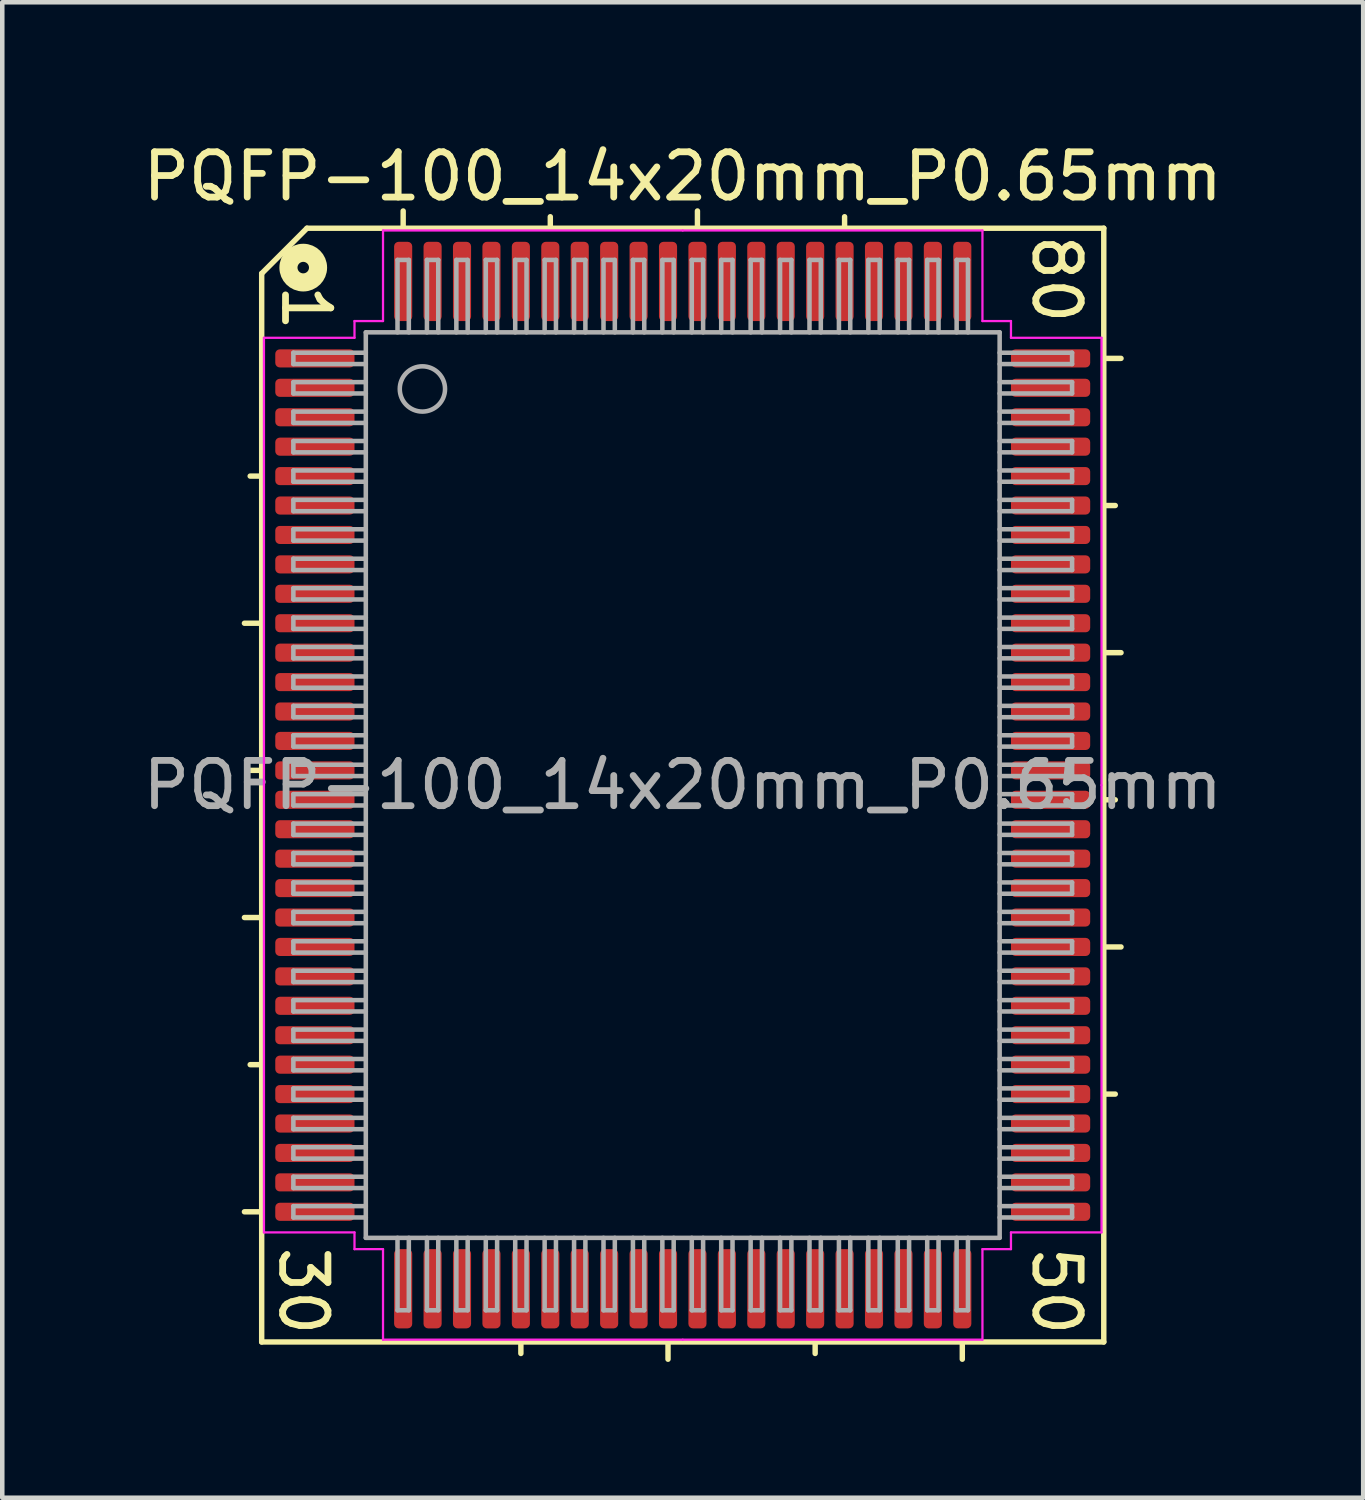
<source format=kicad_pcb>
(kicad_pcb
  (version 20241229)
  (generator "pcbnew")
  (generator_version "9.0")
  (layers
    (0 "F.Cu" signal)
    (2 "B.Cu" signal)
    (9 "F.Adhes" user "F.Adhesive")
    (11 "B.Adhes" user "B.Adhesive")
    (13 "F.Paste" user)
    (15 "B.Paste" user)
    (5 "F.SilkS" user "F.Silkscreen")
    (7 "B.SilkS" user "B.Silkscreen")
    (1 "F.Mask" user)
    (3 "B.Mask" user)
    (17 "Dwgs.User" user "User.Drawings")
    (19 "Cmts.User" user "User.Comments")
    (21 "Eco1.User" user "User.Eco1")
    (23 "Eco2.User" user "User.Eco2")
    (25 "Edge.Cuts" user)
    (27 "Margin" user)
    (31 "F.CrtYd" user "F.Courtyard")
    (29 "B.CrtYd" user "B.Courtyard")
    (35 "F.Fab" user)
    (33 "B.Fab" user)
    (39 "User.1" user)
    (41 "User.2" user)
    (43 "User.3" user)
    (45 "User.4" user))
  (footprint "PQFP-100_14x20mm_P0.65mm"
    (layer "F.Cu")
    (at 12.03 14.291)
    (property "Reference" "PQFP-100_14x20mm_P0.65mm" (at 0 -13.443 0) (layer "F.SilkS") (effects (font (size 1 1) (thickness 0.15))))
    (attr smd)
    (fp_line (start -9.3 -11.3) (end -9.3 12.3) (stroke (width 0.12) (type solid)) (layer "F.SilkS"))
    (fp_line (start -9.3 -11.3) (end -8.3 -12.3) (stroke (width 0.12) (type solid)) (layer "F.SilkS"))
    (fp_line (start -9.3 -6.825) (end -9.554 -6.825) (stroke (width 0.12) (type solid)) (layer "F.SilkS"))
    (fp_line (start -9.3 -3.575) (end -9.681 -3.575) (stroke (width 0.12) (type solid)) (layer "F.SilkS"))
    (fp_line (start -9.3 -0.325) (end -9.554 -0.325) (stroke (width 0.12) (type solid)) (layer "F.SilkS"))
    (fp_line (start -9.3 2.925) (end -9.681 2.925) (stroke (width 0.12) (type solid)) (layer "F.SilkS"))
    (fp_line (start -9.3 6.175) (end -9.554 6.175) (stroke (width 0.12) (type solid)) (layer "F.SilkS"))
    (fp_line (start -9.3 9.425) (end -9.681 9.425) (stroke (width 0.12) (type solid)) (layer "F.SilkS"))
    (fp_line (start -9.3 12.3) (end 9.3 12.3) (stroke (width 0.12) (type solid)) (layer "F.SilkS"))
    (fp_line (start -6.175 -12.3) (end -6.175 -12.681) (stroke (width 0.12) (type solid)) (layer "F.SilkS"))
    (fp_line (start -3.575 12.3) (end -3.575 12.554) (stroke (width 0.12) (type solid)) (layer "F.SilkS"))
    (fp_line (start -2.925 -12.3) (end -2.925 -12.554) (stroke (width 0.12) (type solid)) (layer "F.SilkS"))
    (fp_line (start -0.325 12.3) (end -0.325 12.681) (stroke (width 0.12) (type solid)) (layer "F.SilkS"))
    (fp_line (start 0.325 -12.3) (end 0.325 -12.681) (stroke (width 0.12) (type solid)) (layer "F.SilkS"))
    (fp_line (start 2.925 12.3) (end 2.925 12.554) (stroke (width 0.12) (type solid)) (layer "F.SilkS"))
    (fp_line (start 3.575 -12.3) (end 3.575 -12.554) (stroke (width 0.12) (type solid)) (layer "F.SilkS"))
    (fp_line (start 6.175 12.3) (end 6.175 12.681) (stroke (width 0.12) (type solid)) (layer "F.SilkS"))
    (fp_line (start 9.3 -12.3) (end -8.3 -12.3) (stroke (width 0.12) (type solid)) (layer "F.SilkS"))
    (fp_line (start 9.3 -9.425) (end 9.681 -9.425) (stroke (width 0.12) (type solid)) (layer "F.SilkS"))
    (fp_line (start 9.3 -6.175) (end 9.554 -6.175) (stroke (width 0.12) (type solid)) (layer "F.SilkS"))
    (fp_line (start 9.3 -2.925) (end 9.681 -2.925) (stroke (width 0.12) (type solid)) (layer "F.SilkS"))
    (fp_line (start 9.3 0.325) (end 9.554 0.325) (stroke (width 0.12) (type solid)) (layer "F.SilkS"))
    (fp_line (start 9.3 3.575) (end 9.681 3.575) (stroke (width 0.12) (type solid)) (layer "F.SilkS"))
    (fp_line (start 9.3 6.825) (end 9.554 6.825) (stroke (width 0.12) (type solid)) (layer "F.SilkS"))
    (fp_line (start 9.3 12.3) (end 9.3 -12.3) (stroke (width 0.12) (type solid)) (layer "F.SilkS"))
    (fp_circle (center -8.382 -11.43) (end -8.255 -11.43) (stroke (width 0.4) (type solid)) (fill no) (layer "F.SilkS"))
    (fp_line (start -9.25 -9.88) (end -9.25 0) (stroke (width 0.05) (type solid)) (layer "F.CrtYd"))
    (fp_line (start -9.25 9.88) (end -9.25 0) (stroke (width 0.05) (type solid)) (layer "F.CrtYd"))
    (fp_line (start -7.25 -10.25) (end -7.25 -9.88) (stroke (width 0.05) (type solid)) (layer "F.CrtYd"))
    (fp_line (start -7.25 -9.88) (end -9.25 -9.88) (stroke (width 0.05) (type solid)) (layer "F.CrtYd"))
    (fp_line (start -7.25 9.88) (end -9.25 9.88) (stroke (width 0.05) (type solid)) (layer "F.CrtYd"))
    (fp_line (start -7.25 10.25) (end -7.25 9.88) (stroke (width 0.05) (type solid)) (layer "F.CrtYd"))
    (fp_line (start -6.62 -12.25) (end -6.62 -10.25) (stroke (width 0.05) (type solid)) (layer "F.CrtYd"))
    (fp_line (start -6.62 -10.25) (end -7.25 -10.25) (stroke (width 0.05) (type solid)) (layer "F.CrtYd"))
    (fp_line (start -6.62 10.25) (end -7.25 10.25) (stroke (width 0.05) (type solid)) (layer "F.CrtYd"))
    (fp_line (start -6.62 12.25) (end -6.62 10.25) (stroke (width 0.05) (type solid)) (layer "F.CrtYd"))
    (fp_line (start 0 -12.25) (end -6.62 -12.25) (stroke (width 0.05) (type solid)) (layer "F.CrtYd"))
    (fp_line (start 0 -12.25) (end 6.62 -12.25) (stroke (width 0.05) (type solid)) (layer "F.CrtYd"))
    (fp_line (start 0 12.25) (end -6.62 12.25) (stroke (width 0.05) (type solid)) (layer "F.CrtYd"))
    (fp_line (start 0 12.25) (end 6.62 12.25) (stroke (width 0.05) (type solid)) (layer "F.CrtYd"))
    (fp_line (start 6.62 -12.25) (end 6.62 -10.25) (stroke (width 0.05) (type solid)) (layer "F.CrtYd"))
    (fp_line (start 6.62 -10.25) (end 7.25 -10.25) (stroke (width 0.05) (type solid)) (layer "F.CrtYd"))
    (fp_line (start 6.62 10.25) (end 7.25 10.25) (stroke (width 0.05) (type solid)) (layer "F.CrtYd"))
    (fp_line (start 6.62 12.25) (end 6.62 10.25) (stroke (width 0.05) (type solid)) (layer "F.CrtYd"))
    (fp_line (start 7.25 -10.25) (end 7.25 -9.88) (stroke (width 0.05) (type solid)) (layer "F.CrtYd"))
    (fp_line (start 7.25 -9.88) (end 9.25 -9.88) (stroke (width 0.05) (type solid)) (layer "F.CrtYd"))
    (fp_line (start 7.25 9.88) (end 9.25 9.88) (stroke (width 0.05) (type solid)) (layer "F.CrtYd"))
    (fp_line (start 7.25 10.25) (end 7.25 9.88) (stroke (width 0.05) (type solid)) (layer "F.CrtYd"))
    (fp_line (start 9.25 -9.88) (end 9.25 0) (stroke (width 0.05) (type solid)) (layer "F.CrtYd"))
    (fp_line (start 9.25 9.88) (end 9.25 0) (stroke (width 0.05) (type solid)) (layer "F.CrtYd"))
    (fp_line (start -8.6 -9.55) (end -8.6 -9.3) (stroke (width 0.1) (type solid)) (layer "F.Fab"))
    (fp_line (start -8.6 -9.55) (end -7 -9.55) (stroke (width 0.1) (type solid)) (layer "F.Fab"))
    (fp_line (start -8.6 -9.3) (end -7 -9.3) (stroke (width 0.1) (type solid)) (layer "F.Fab"))
    (fp_line (start -8.6 -8.9) (end -8.6 -8.65) (stroke (width 0.1) (type solid)) (layer "F.Fab"))
    (fp_line (start -8.6 -8.9) (end -7 -8.9) (stroke (width 0.1) (type solid)) (layer "F.Fab"))
    (fp_line (start -8.6 -8.65) (end -7 -8.65) (stroke (width 0.1) (type solid)) (layer "F.Fab"))
    (fp_line (start -8.6 -8.25) (end -8.6 -8) (stroke (width 0.1) (type solid)) (layer "F.Fab"))
    (fp_line (start -8.6 -8.25) (end -7 -8.25) (stroke (width 0.1) (type solid)) (layer "F.Fab"))
    (fp_line (start -8.6 -8) (end -7 -8) (stroke (width 0.1) (type solid)) (layer "F.Fab"))
    (fp_line (start -8.6 -7.6) (end -8.6 -7.35) (stroke (width 0.1) (type solid)) (layer "F.Fab"))
    (fp_line (start -8.6 -7.6) (end -7 -7.6) (stroke (width 0.1) (type solid)) (layer "F.Fab"))
    (fp_line (start -8.6 -7.35) (end -7 -7.35) (stroke (width 0.1) (type solid)) (layer "F.Fab"))
    (fp_line (start -8.6 -6.95) (end -8.6 -6.7) (stroke (width 0.1) (type solid)) (layer "F.Fab"))
    (fp_line (start -8.6 -6.95) (end -7 -6.95) (stroke (width 0.1) (type solid)) (layer "F.Fab"))
    (fp_line (start -8.6 -6.7) (end -7 -6.7) (stroke (width 0.1) (type solid)) (layer "F.Fab"))
    (fp_line (start -8.6 -6.3) (end -8.6 -6.05) (stroke (width 0.1) (type solid)) (layer "F.Fab"))
    (fp_line (start -8.6 -6.3) (end -7 -6.3) (stroke (width 0.1) (type solid)) (layer "F.Fab"))
    (fp_line (start -8.6 -6.05) (end -7 -6.05) (stroke (width 0.1) (type solid)) (layer "F.Fab"))
    (fp_line (start -8.6 -5.65) (end -8.6 -5.4) (stroke (width 0.1) (type solid)) (layer "F.Fab"))
    (fp_line (start -8.6 -5.65) (end -7 -5.65) (stroke (width 0.1) (type solid)) (layer "F.Fab"))
    (fp_line (start -8.6 -5.4) (end -7 -5.4) (stroke (width 0.1) (type solid)) (layer "F.Fab"))
    (fp_line (start -8.6 -5) (end -8.6 -4.75) (stroke (width 0.1) (type solid)) (layer "F.Fab"))
    (fp_line (start -8.6 -5) (end -7 -5) (stroke (width 0.1) (type solid)) (layer "F.Fab"))
    (fp_line (start -8.6 -4.75) (end -7 -4.75) (stroke (width 0.1) (type solid)) (layer "F.Fab"))
    (fp_line (start -8.6 -4.35) (end -8.6 -4.1) (stroke (width 0.1) (type solid)) (layer "F.Fab"))
    (fp_line (start -8.6 -4.35) (end -7 -4.35) (stroke (width 0.1) (type solid)) (layer "F.Fab"))
    (fp_line (start -8.6 -4.1) (end -7 -4.1) (stroke (width 0.1) (type solid)) (layer "F.Fab"))
    (fp_line (start -8.6 -3.7) (end -8.6 -3.45) (stroke (width 0.1) (type solid)) (layer "F.Fab"))
    (fp_line (start -8.6 -3.7) (end -7 -3.7) (stroke (width 0.1) (type solid)) (layer "F.Fab"))
    (fp_line (start -8.6 -3.45) (end -7 -3.45) (stroke (width 0.1) (type solid)) (layer "F.Fab"))
    (fp_line (start -8.6 -3.05) (end -8.6 -2.8) (stroke (width 0.1) (type solid)) (layer "F.Fab"))
    (fp_line (start -8.6 -3.05) (end -7 -3.05) (stroke (width 0.1) (type solid)) (layer "F.Fab"))
    (fp_line (start -8.6 -2.8) (end -7 -2.8) (stroke (width 0.1) (type solid)) (layer "F.Fab"))
    (fp_line (start -8.6 -2.4) (end -8.6 -2.15) (stroke (width 0.1) (type solid)) (layer "F.Fab"))
    (fp_line (start -8.6 -2.4) (end -7 -2.4) (stroke (width 0.1) (type solid)) (layer "F.Fab"))
    (fp_line (start -8.6 -2.15) (end -7 -2.15) (stroke (width 0.1) (type solid)) (layer "F.Fab"))
    (fp_line (start -8.6 -1.75) (end -8.6 -1.5) (stroke (width 0.1) (type solid)) (layer "F.Fab"))
    (fp_line (start -8.6 -1.75) (end -7 -1.75) (stroke (width 0.1) (type solid)) (layer "F.Fab"))
    (fp_line (start -8.6 -1.5) (end -7 -1.5) (stroke (width 0.1) (type solid)) (layer "F.Fab"))
    (fp_line (start -8.6 -1.1) (end -8.6 -0.85) (stroke (width 0.1) (type solid)) (layer "F.Fab"))
    (fp_line (start -8.6 -1.1) (end -7 -1.1) (stroke (width 0.1) (type solid)) (layer "F.Fab"))
    (fp_line (start -8.6 -0.85) (end -7 -0.85) (stroke (width 0.1) (type solid)) (layer "F.Fab"))
    (fp_line (start -8.6 -0.45) (end -8.6 -0.2) (stroke (width 0.1) (type solid)) (layer "F.Fab"))
    (fp_line (start -8.6 -0.45) (end -7 -0.45) (stroke (width 0.1) (type solid)) (layer "F.Fab"))
    (fp_line (start -8.6 -0.2) (end -7 -0.2) (stroke (width 0.1) (type solid)) (layer "F.Fab"))
    (fp_line (start -8.6 0.2) (end -8.6 0.45) (stroke (width 0.1) (type solid)) (layer "F.Fab"))
    (fp_line (start -8.6 0.2) (end -7 0.2) (stroke (width 0.1) (type solid)) (layer "F.Fab"))
    (fp_line (start -8.6 0.45) (end -7 0.45) (stroke (width 0.1) (type solid)) (layer "F.Fab"))
    (fp_line (start -8.6 0.85) (end -8.6 1.1) (stroke (width 0.1) (type solid)) (layer "F.Fab"))
    (fp_line (start -8.6 0.85) (end -7 0.85) (stroke (width 0.1) (type solid)) (layer "F.Fab"))
    (fp_line (start -8.6 1.1) (end -7 1.1) (stroke (width 0.1) (type solid)) (layer "F.Fab"))
    (fp_line (start -8.6 1.5) (end -8.6 1.75) (stroke (width 0.1) (type solid)) (layer "F.Fab"))
    (fp_line (start -8.6 1.5) (end -7 1.5) (stroke (width 0.1) (type solid)) (layer "F.Fab"))
    (fp_line (start -8.6 1.75) (end -7 1.75) (stroke (width 0.1) (type solid)) (layer "F.Fab"))
    (fp_line (start -8.6 2.15) (end -8.6 2.4) (stroke (width 0.1) (type solid)) (layer "F.Fab"))
    (fp_line (start -8.6 2.15) (end -7 2.15) (stroke (width 0.1) (type solid)) (layer "F.Fab"))
    (fp_line (start -8.6 2.4) (end -7 2.4) (stroke (width 0.1) (type solid)) (layer "F.Fab"))
    (fp_line (start -8.6 2.8) (end -8.6 3.05) (stroke (width 0.1) (type solid)) (layer "F.Fab"))
    (fp_line (start -8.6 2.8) (end -7 2.8) (stroke (width 0.1) (type solid)) (layer "F.Fab"))
    (fp_line (start -8.6 3.05) (end -7 3.05) (stroke (width 0.1) (type solid)) (layer "F.Fab"))
    (fp_line (start -8.6 3.45) (end -8.6 3.7) (stroke (width 0.1) (type solid)) (layer "F.Fab"))
    (fp_line (start -8.6 3.45) (end -7 3.45) (stroke (width 0.1) (type solid)) (layer "F.Fab"))
    (fp_line (start -8.6 3.7) (end -7 3.7) (stroke (width 0.1) (type solid)) (layer "F.Fab"))
    (fp_line (start -8.6 4.1) (end -8.6 4.35) (stroke (width 0.1) (type solid)) (layer "F.Fab"))
    (fp_line (start -8.6 4.1) (end -7 4.1) (stroke (width 0.1) (type solid)) (layer "F.Fab"))
    (fp_line (start -8.6 4.35) (end -7 4.35) (stroke (width 0.1) (type solid)) (layer "F.Fab"))
    (fp_line (start -8.6 4.75) (end -8.6 5) (stroke (width 0.1) (type solid)) (layer "F.Fab"))
    (fp_line (start -8.6 4.75) (end -7 4.75) (stroke (width 0.1) (type solid)) (layer "F.Fab"))
    (fp_line (start -8.6 5) (end -7 5) (stroke (width 0.1) (type solid)) (layer "F.Fab"))
    (fp_line (start -8.6 5.4) (end -8.6 5.65) (stroke (width 0.1) (type solid)) (layer "F.Fab"))
    (fp_line (start -8.6 5.4) (end -7 5.4) (stroke (width 0.1) (type solid)) (layer "F.Fab"))
    (fp_line (start -8.6 5.65) (end -7 5.65) (stroke (width 0.1) (type solid)) (layer "F.Fab"))
    (fp_line (start -8.6 6.05) (end -8.6 6.3) (stroke (width 0.1) (type solid)) (layer "F.Fab"))
    (fp_line (start -8.6 6.05) (end -7 6.05) (stroke (width 0.1) (type solid)) (layer "F.Fab"))
    (fp_line (start -8.6 6.3) (end -7 6.3) (stroke (width 0.1) (type solid)) (layer "F.Fab"))
    (fp_line (start -8.6 6.7) (end -8.6 6.95) (stroke (width 0.1) (type solid)) (layer "F.Fab"))
    (fp_line (start -8.6 6.7) (end -7 6.7) (stroke (width 0.1) (type solid)) (layer "F.Fab"))
    (fp_line (start -8.6 6.95) (end -7 6.95) (stroke (width 0.1) (type solid)) (layer "F.Fab"))
    (fp_line (start -8.6 7.35) (end -8.6 7.6) (stroke (width 0.1) (type solid)) (layer "F.Fab"))
    (fp_line (start -8.6 7.35) (end -7 7.35) (stroke (width 0.1) (type solid)) (layer "F.Fab"))
    (fp_line (start -8.6 7.6) (end -7 7.6) (stroke (width 0.1) (type solid)) (layer "F.Fab"))
    (fp_line (start -8.6 8) (end -8.6 8.25) (stroke (width 0.1) (type solid)) (layer "F.Fab"))
    (fp_line (start -8.6 8) (end -7 8) (stroke (width 0.1) (type solid)) (layer "F.Fab"))
    (fp_line (start -8.6 8.25) (end -7 8.25) (stroke (width 0.1) (type solid)) (layer "F.Fab"))
    (fp_line (start -8.6 8.65) (end -8.6 8.9) (stroke (width 0.1) (type solid)) (layer "F.Fab"))
    (fp_line (start -8.6 8.65) (end -7 8.65) (stroke (width 0.1) (type solid)) (layer "F.Fab"))
    (fp_line (start -8.6 8.9) (end -7 8.9) (stroke (width 0.1) (type solid)) (layer "F.Fab"))
    (fp_line (start -8.6 9.3) (end -8.6 9.55) (stroke (width 0.1) (type solid)) (layer "F.Fab"))
    (fp_line (start -8.6 9.3) (end -7 9.3) (stroke (width 0.1) (type solid)) (layer "F.Fab"))
    (fp_line (start -8.6 9.55) (end -7 9.55) (stroke (width 0.1) (type solid)) (layer "F.Fab"))
    (fp_line (start -7 -10) (end 7 -10) (stroke (width 0.1) (type solid)) (layer "F.Fab"))
    (fp_line (start -7 10) (end -7 -10) (stroke (width 0.1) (type solid)) (layer "F.Fab"))
    (fp_line (start -6.3 -11.6) (end -6.3 -10) (stroke (width 0.1) (type solid)) (layer "F.Fab"))
    (fp_line (start -6.3 11.6) (end -6.3 10) (stroke (width 0.1) (type solid)) (layer "F.Fab"))
    (fp_line (start -6.3 11.6) (end -6.05 11.6) (stroke (width 0.1) (type solid)) (layer "F.Fab"))
    (fp_line (start -6.05 -11.6) (end -6.3 -11.6) (stroke (width 0.1) (type solid)) (layer "F.Fab"))
    (fp_line (start -6.05 -11.6) (end -6.05 -10) (stroke (width 0.1) (type solid)) (layer "F.Fab"))
    (fp_line (start -6.05 11.6) (end -6.05 10) (stroke (width 0.1) (type solid)) (layer "F.Fab"))
    (fp_line (start -5.65 -11.6) (end -5.65 -10) (stroke (width 0.1) (type solid)) (layer "F.Fab"))
    (fp_line (start -5.65 11.6) (end -5.65 10) (stroke (width 0.1) (type solid)) (layer "F.Fab"))
    (fp_line (start -5.65 11.6) (end -5.4 11.6) (stroke (width 0.1) (type solid)) (layer "F.Fab"))
    (fp_line (start -5.4 -11.6) (end -5.65 -11.6) (stroke (width 0.1) (type solid)) (layer "F.Fab"))
    (fp_line (start -5.4 -11.6) (end -5.4 -10) (stroke (width 0.1) (type solid)) (layer "F.Fab"))
    (fp_line (start -5.4 11.6) (end -5.4 10) (stroke (width 0.1) (type solid)) (layer "F.Fab"))
    (fp_line (start -5 -11.6) (end -5 -10) (stroke (width 0.1) (type solid)) (layer "F.Fab"))
    (fp_line (start -5 11.6) (end -5 10) (stroke (width 0.1) (type solid)) (layer "F.Fab"))
    (fp_line (start -5 11.6) (end -4.75 11.6) (stroke (width 0.1) (type solid)) (layer "F.Fab"))
    (fp_line (start -4.75 -11.6) (end -5 -11.6) (stroke (width 0.1) (type solid)) (layer "F.Fab"))
    (fp_line (start -4.75 -11.6) (end -4.75 -10) (stroke (width 0.1) (type solid)) (layer "F.Fab"))
    (fp_line (start -4.75 11.6) (end -4.75 10) (stroke (width 0.1) (type solid)) (layer "F.Fab"))
    (fp_line (start -4.35 -11.6) (end -4.35 -10) (stroke (width 0.1) (type solid)) (layer "F.Fab"))
    (fp_line (start -4.35 11.6) (end -4.35 10) (stroke (width 0.1) (type solid)) (layer "F.Fab"))
    (fp_line (start -4.35 11.6) (end -4.1 11.6) (stroke (width 0.1) (type solid)) (layer "F.Fab"))
    (fp_line (start -4.1 -11.6) (end -4.35 -11.6) (stroke (width 0.1) (type solid)) (layer "F.Fab"))
    (fp_line (start -4.1 -11.6) (end -4.1 -10) (stroke (width 0.1) (type solid)) (layer "F.Fab"))
    (fp_line (start -4.1 11.6) (end -4.1 10) (stroke (width 0.1) (type solid)) (layer "F.Fab"))
    (fp_line (start -3.7 -11.6) (end -3.7 -10) (stroke (width 0.1) (type solid)) (layer "F.Fab"))
    (fp_line (start -3.7 11.6) (end -3.7 10) (stroke (width 0.1) (type solid)) (layer "F.Fab"))
    (fp_line (start -3.7 11.6) (end -3.45 11.6) (stroke (width 0.1) (type solid)) (layer "F.Fab"))
    (fp_line (start -3.45 -11.6) (end -3.7 -11.6) (stroke (width 0.1) (type solid)) (layer "F.Fab"))
    (fp_line (start -3.45 -11.6) (end -3.45 -10) (stroke (width 0.1) (type solid)) (layer "F.Fab"))
    (fp_line (start -3.45 11.6) (end -3.45 10) (stroke (width 0.1) (type solid)) (layer "F.Fab"))
    (fp_line (start -3.05 -11.6) (end -3.05 -10) (stroke (width 0.1) (type solid)) (layer "F.Fab"))
    (fp_line (start -3.05 11.6) (end -3.05 10) (stroke (width 0.1) (type solid)) (layer "F.Fab"))
    (fp_line (start -3.05 11.6) (end -2.8 11.6) (stroke (width 0.1) (type solid)) (layer "F.Fab"))
    (fp_line (start -2.8 -11.6) (end -3.05 -11.6) (stroke (width 0.1) (type solid)) (layer "F.Fab"))
    (fp_line (start -2.8 -11.6) (end -2.8 -10) (stroke (width 0.1) (type solid)) (layer "F.Fab"))
    (fp_line (start -2.8 11.6) (end -2.8 10) (stroke (width 0.1) (type solid)) (layer "F.Fab"))
    (fp_line (start -2.4 -11.6) (end -2.4 -10) (stroke (width 0.1) (type solid)) (layer "F.Fab"))
    (fp_line (start -2.4 11.6) (end -2.4 10) (stroke (width 0.1) (type solid)) (layer "F.Fab"))
    (fp_line (start -2.4 11.6) (end -2.15 11.6) (stroke (width 0.1) (type solid)) (layer "F.Fab"))
    (fp_line (start -2.15 -11.6) (end -2.4 -11.6) (stroke (width 0.1) (type solid)) (layer "F.Fab"))
    (fp_line (start -2.15 -11.6) (end -2.15 -10) (stroke (width 0.1) (type solid)) (layer "F.Fab"))
    (fp_line (start -2.15 11.6) (end -2.15 10) (stroke (width 0.1) (type solid)) (layer "F.Fab"))
    (fp_line (start -1.75 -11.6) (end -1.75 -10) (stroke (width 0.1) (type solid)) (layer "F.Fab"))
    (fp_line (start -1.75 11.6) (end -1.75 10) (stroke (width 0.1) (type solid)) (layer "F.Fab"))
    (fp_line (start -1.75 11.6) (end -1.5 11.6) (stroke (width 0.1) (type solid)) (layer "F.Fab"))
    (fp_line (start -1.5 -11.6) (end -1.75 -11.6) (stroke (width 0.1) (type solid)) (layer "F.Fab"))
    (fp_line (start -1.5 -11.6) (end -1.5 -10) (stroke (width 0.1) (type solid)) (layer "F.Fab"))
    (fp_line (start -1.5 11.6) (end -1.5 10) (stroke (width 0.1) (type solid)) (layer "F.Fab"))
    (fp_line (start -1.1 -11.6) (end -1.1 -10) (stroke (width 0.1) (type solid)) (layer "F.Fab"))
    (fp_line (start -1.1 11.6) (end -1.1 10) (stroke (width 0.1) (type solid)) (layer "F.Fab"))
    (fp_line (start -1.1 11.6) (end -0.85 11.6) (stroke (width 0.1) (type solid)) (layer "F.Fab"))
    (fp_line (start -0.85 -11.6) (end -1.1 -11.6) (stroke (width 0.1) (type solid)) (layer "F.Fab"))
    (fp_line (start -0.85 -11.6) (end -0.85 -10) (stroke (width 0.1) (type solid)) (layer "F.Fab"))
    (fp_line (start -0.85 11.6) (end -0.85 10) (stroke (width 0.1) (type solid)) (layer "F.Fab"))
    (fp_line (start -0.45 -11.6) (end -0.45 -10) (stroke (width 0.1) (type solid)) (layer "F.Fab"))
    (fp_line (start -0.45 11.6) (end -0.45 10) (stroke (width 0.1) (type solid)) (layer "F.Fab"))
    (fp_line (start -0.45 11.6) (end -0.2 11.6) (stroke (width 0.1) (type solid)) (layer "F.Fab"))
    (fp_line (start -0.2 -11.6) (end -0.45 -11.6) (stroke (width 0.1) (type solid)) (layer "F.Fab"))
    (fp_line (start -0.2 -11.6) (end -0.2 -10) (stroke (width 0.1) (type solid)) (layer "F.Fab"))
    (fp_line (start -0.2 11.6) (end -0.2 10) (stroke (width 0.1) (type solid)) (layer "F.Fab"))
    (fp_line (start 0.2 -11.6) (end 0.2 -10) (stroke (width 0.1) (type solid)) (layer "F.Fab"))
    (fp_line (start 0.2 11.6) (end 0.2 10) (stroke (width 0.1) (type solid)) (layer "F.Fab"))
    (fp_line (start 0.2 11.6) (end 0.45 11.6) (stroke (width 0.1) (type solid)) (layer "F.Fab"))
    (fp_line (start 0.45 -11.6) (end 0.2 -11.6) (stroke (width 0.1) (type solid)) (layer "F.Fab"))
    (fp_line (start 0.45 -11.6) (end 0.45 -10) (stroke (width 0.1) (type solid)) (layer "F.Fab"))
    (fp_line (start 0.45 11.6) (end 0.45 10) (stroke (width 0.1) (type solid)) (layer "F.Fab"))
    (fp_line (start 0.85 -11.6) (end 0.85 -10) (stroke (width 0.1) (type solid)) (layer "F.Fab"))
    (fp_line (start 0.85 11.6) (end 0.85 10) (stroke (width 0.1) (type solid)) (layer "F.Fab"))
    (fp_line (start 0.85 11.6) (end 1.1 11.6) (stroke (width 0.1) (type solid)) (layer "F.Fab"))
    (fp_line (start 1.1 -11.6) (end 0.85 -11.6) (stroke (width 0.1) (type solid)) (layer "F.Fab"))
    (fp_line (start 1.1 -11.6) (end 1.1 -10) (stroke (width 0.1) (type solid)) (layer "F.Fab"))
    (fp_line (start 1.1 11.6) (end 1.1 10) (stroke (width 0.1) (type solid)) (layer "F.Fab"))
    (fp_line (start 1.5 -11.6) (end 1.5 -10) (stroke (width 0.1) (type solid)) (layer "F.Fab"))
    (fp_line (start 1.5 11.6) (end 1.5 10) (stroke (width 0.1) (type solid)) (layer "F.Fab"))
    (fp_line (start 1.5 11.6) (end 1.75 11.6) (stroke (width 0.1) (type solid)) (layer "F.Fab"))
    (fp_line (start 1.75 -11.6) (end 1.5 -11.6) (stroke (width 0.1) (type solid)) (layer "F.Fab"))
    (fp_line (start 1.75 -11.6) (end 1.75 -10) (stroke (width 0.1) (type solid)) (layer "F.Fab"))
    (fp_line (start 1.75 11.6) (end 1.75 10) (stroke (width 0.1) (type solid)) (layer "F.Fab"))
    (fp_line (start 2.15 -11.6) (end 2.15 -10) (stroke (width 0.1) (type solid)) (layer "F.Fab"))
    (fp_line (start 2.15 11.6) (end 2.15 10) (stroke (width 0.1) (type solid)) (layer "F.Fab"))
    (fp_line (start 2.15 11.6) (end 2.4 11.6) (stroke (width 0.1) (type solid)) (layer "F.Fab"))
    (fp_line (start 2.4 -11.6) (end 2.15 -11.6) (stroke (width 0.1) (type solid)) (layer "F.Fab"))
    (fp_line (start 2.4 -11.6) (end 2.4 -10) (stroke (width 0.1) (type solid)) (layer "F.Fab"))
    (fp_line (start 2.4 11.6) (end 2.4 10) (stroke (width 0.1) (type solid)) (layer "F.Fab"))
    (fp_line (start 2.8 -11.6) (end 2.8 -10) (stroke (width 0.1) (type solid)) (layer "F.Fab"))
    (fp_line (start 2.8 11.6) (end 2.8 10) (stroke (width 0.1) (type solid)) (layer "F.Fab"))
    (fp_line (start 2.8 11.6) (end 3.05 11.6) (stroke (width 0.1) (type solid)) (layer "F.Fab"))
    (fp_line (start 3.05 -11.6) (end 2.8 -11.6) (stroke (width 0.1) (type solid)) (layer "F.Fab"))
    (fp_line (start 3.05 -11.6) (end 3.05 -10) (stroke (width 0.1) (type solid)) (layer "F.Fab"))
    (fp_line (start 3.05 11.6) (end 3.05 10) (stroke (width 0.1) (type solid)) (layer "F.Fab"))
    (fp_line (start 3.45 -11.6) (end 3.45 -10) (stroke (width 0.1) (type solid)) (layer "F.Fab"))
    (fp_line (start 3.45 11.6) (end 3.45 10) (stroke (width 0.1) (type solid)) (layer "F.Fab"))
    (fp_line (start 3.45 11.6) (end 3.7 11.6) (stroke (width 0.1) (type solid)) (layer "F.Fab"))
    (fp_line (start 3.7 -11.6) (end 3.45 -11.6) (stroke (width 0.1) (type solid)) (layer "F.Fab"))
    (fp_line (start 3.7 -11.6) (end 3.7 -10) (stroke (width 0.1) (type solid)) (layer "F.Fab"))
    (fp_line (start 3.7 11.6) (end 3.7 10) (stroke (width 0.1) (type solid)) (layer "F.Fab"))
    (fp_line (start 4.1 -11.6) (end 4.1 -10) (stroke (width 0.1) (type solid)) (layer "F.Fab"))
    (fp_line (start 4.1 11.6) (end 4.1 10) (stroke (width 0.1) (type solid)) (layer "F.Fab"))
    (fp_line (start 4.1 11.6) (end 4.35 11.6) (stroke (width 0.1) (type solid)) (layer "F.Fab"))
    (fp_line (start 4.35 -11.6) (end 4.1 -11.6) (stroke (width 0.1) (type solid)) (layer "F.Fab"))
    (fp_line (start 4.35 -11.6) (end 4.35 -10) (stroke (width 0.1) (type solid)) (layer "F.Fab"))
    (fp_line (start 4.35 11.6) (end 4.35 10) (stroke (width 0.1) (type solid)) (layer "F.Fab"))
    (fp_line (start 4.75 -11.6) (end 4.75 -10) (stroke (width 0.1) (type solid)) (layer "F.Fab"))
    (fp_line (start 4.75 11.6) (end 4.75 10) (stroke (width 0.1) (type solid)) (layer "F.Fab"))
    (fp_line (start 4.75 11.6) (end 5 11.6) (stroke (width 0.1) (type solid)) (layer "F.Fab"))
    (fp_line (start 5 -11.6) (end 4.75 -11.6) (stroke (width 0.1) (type solid)) (layer "F.Fab"))
    (fp_line (start 5 -11.6) (end 5 -10) (stroke (width 0.1) (type solid)) (layer "F.Fab"))
    (fp_line (start 5 11.6) (end 5 10) (stroke (width 0.1) (type solid)) (layer "F.Fab"))
    (fp_line (start 5.4 -11.6) (end 5.4 -10) (stroke (width 0.1) (type solid)) (layer "F.Fab"))
    (fp_line (start 5.4 11.6) (end 5.4 10) (stroke (width 0.1) (type solid)) (layer "F.Fab"))
    (fp_line (start 5.4 11.6) (end 5.65 11.6) (stroke (width 0.1) (type solid)) (layer "F.Fab"))
    (fp_line (start 5.65 -11.6) (end 5.4 -11.6) (stroke (width 0.1) (type solid)) (layer "F.Fab"))
    (fp_line (start 5.65 -11.6) (end 5.65 -10) (stroke (width 0.1) (type solid)) (layer "F.Fab"))
    (fp_line (start 5.65 11.6) (end 5.65 10) (stroke (width 0.1) (type solid)) (layer "F.Fab"))
    (fp_line (start 6.05 -11.6) (end 6.05 -10) (stroke (width 0.1) (type solid)) (layer "F.Fab"))
    (fp_line (start 6.05 11.6) (end 6.05 10) (stroke (width 0.1) (type solid)) (layer "F.Fab"))
    (fp_line (start 6.05 11.6) (end 6.3 11.6) (stroke (width 0.1) (type solid)) (layer "F.Fab"))
    (fp_line (start 6.3 -11.6) (end 6.05 -11.6) (stroke (width 0.1) (type solid)) (layer "F.Fab"))
    (fp_line (start 6.3 -11.6) (end 6.3 -10) (stroke (width 0.1) (type solid)) (layer "F.Fab"))
    (fp_line (start 6.3 11.6) (end 6.3 10) (stroke (width 0.1) (type solid)) (layer "F.Fab"))
    (fp_line (start 7 -10) (end 7 10) (stroke (width 0.1) (type solid)) (layer "F.Fab"))
    (fp_line (start 7 10) (end -7 10) (stroke (width 0.1) (type solid)) (layer "F.Fab"))
    (fp_line (start 8.6 -9.55) (end 7 -9.55) (stroke (width 0.1) (type solid)) (layer "F.Fab"))
    (fp_line (start 8.6 -9.3) (end 7 -9.3) (stroke (width 0.1) (type solid)) (layer "F.Fab"))
    (fp_line (start 8.6 -9.3) (end 8.6 -9.55) (stroke (width 0.1) (type solid)) (layer "F.Fab"))
    (fp_line (start 8.6 -8.9) (end 7 -8.9) (stroke (width 0.1) (type solid)) (layer "F.Fab"))
    (fp_line (start 8.6 -8.65) (end 7 -8.65) (stroke (width 0.1) (type solid)) (layer "F.Fab"))
    (fp_line (start 8.6 -8.65) (end 8.6 -8.9) (stroke (width 0.1) (type solid)) (layer "F.Fab"))
    (fp_line (start 8.6 -8.25) (end 7 -8.25) (stroke (width 0.1) (type solid)) (layer "F.Fab"))
    (fp_line (start 8.6 -8) (end 7 -8) (stroke (width 0.1) (type solid)) (layer "F.Fab"))
    (fp_line (start 8.6 -8) (end 8.6 -8.25) (stroke (width 0.1) (type solid)) (layer "F.Fab"))
    (fp_line (start 8.6 -7.6) (end 7 -7.6) (stroke (width 0.1) (type solid)) (layer "F.Fab"))
    (fp_line (start 8.6 -7.35) (end 7 -7.35) (stroke (width 0.1) (type solid)) (layer "F.Fab"))
    (fp_line (start 8.6 -7.35) (end 8.6 -7.6) (stroke (width 0.1) (type solid)) (layer "F.Fab"))
    (fp_line (start 8.6 -6.95) (end 7 -6.95) (stroke (width 0.1) (type solid)) (layer "F.Fab"))
    (fp_line (start 8.6 -6.7) (end 7 -6.7) (stroke (width 0.1) (type solid)) (layer "F.Fab"))
    (fp_line (start 8.6 -6.7) (end 8.6 -6.95) (stroke (width 0.1) (type solid)) (layer "F.Fab"))
    (fp_line (start 8.6 -6.3) (end 7 -6.3) (stroke (width 0.1) (type solid)) (layer "F.Fab"))
    (fp_line (start 8.6 -6.05) (end 7 -6.05) (stroke (width 0.1) (type solid)) (layer "F.Fab"))
    (fp_line (start 8.6 -6.05) (end 8.6 -6.3) (stroke (width 0.1) (type solid)) (layer "F.Fab"))
    (fp_line (start 8.6 -5.65) (end 7 -5.65) (stroke (width 0.1) (type solid)) (layer "F.Fab"))
    (fp_line (start 8.6 -5.4) (end 7 -5.4) (stroke (width 0.1) (type solid)) (layer "F.Fab"))
    (fp_line (start 8.6 -5.4) (end 8.6 -5.65) (stroke (width 0.1) (type solid)) (layer "F.Fab"))
    (fp_line (start 8.6 -5) (end 7 -5) (stroke (width 0.1) (type solid)) (layer "F.Fab"))
    (fp_line (start 8.6 -4.75) (end 7 -4.75) (stroke (width 0.1) (type solid)) (layer "F.Fab"))
    (fp_line (start 8.6 -4.75) (end 8.6 -5) (stroke (width 0.1) (type solid)) (layer "F.Fab"))
    (fp_line (start 8.6 -4.35) (end 7 -4.35) (stroke (width 0.1) (type solid)) (layer "F.Fab"))
    (fp_line (start 8.6 -4.1) (end 7 -4.1) (stroke (width 0.1) (type solid)) (layer "F.Fab"))
    (fp_line (start 8.6 -4.1) (end 8.6 -4.35) (stroke (width 0.1) (type solid)) (layer "F.Fab"))
    (fp_line (start 8.6 -3.7) (end 7 -3.7) (stroke (width 0.1) (type solid)) (layer "F.Fab"))
    (fp_line (start 8.6 -3.45) (end 7 -3.45) (stroke (width 0.1) (type solid)) (layer "F.Fab"))
    (fp_line (start 8.6 -3.45) (end 8.6 -3.7) (stroke (width 0.1) (type solid)) (layer "F.Fab"))
    (fp_line (start 8.6 -3.05) (end 7 -3.05) (stroke (width 0.1) (type solid)) (layer "F.Fab"))
    (fp_line (start 8.6 -2.8) (end 7 -2.8) (stroke (width 0.1) (type solid)) (layer "F.Fab"))
    (fp_line (start 8.6 -2.8) (end 8.6 -3.05) (stroke (width 0.1) (type solid)) (layer "F.Fab"))
    (fp_line (start 8.6 -2.4) (end 7 -2.4) (stroke (width 0.1) (type solid)) (layer "F.Fab"))
    (fp_line (start 8.6 -2.15) (end 7 -2.15) (stroke (width 0.1) (type solid)) (layer "F.Fab"))
    (fp_line (start 8.6 -2.15) (end 8.6 -2.4) (stroke (width 0.1) (type solid)) (layer "F.Fab"))
    (fp_line (start 8.6 -1.75) (end 7 -1.75) (stroke (width 0.1) (type solid)) (layer "F.Fab"))
    (fp_line (start 8.6 -1.5) (end 7 -1.5) (stroke (width 0.1) (type solid)) (layer "F.Fab"))
    (fp_line (start 8.6 -1.5) (end 8.6 -1.75) (stroke (width 0.1) (type solid)) (layer "F.Fab"))
    (fp_line (start 8.6 -1.1) (end 7 -1.1) (stroke (width 0.1) (type solid)) (layer "F.Fab"))
    (fp_line (start 8.6 -0.85) (end 7 -0.85) (stroke (width 0.1) (type solid)) (layer "F.Fab"))
    (fp_line (start 8.6 -0.85) (end 8.6 -1.1) (stroke (width 0.1) (type solid)) (layer "F.Fab"))
    (fp_line (start 8.6 -0.45) (end 7 -0.45) (stroke (width 0.1) (type solid)) (layer "F.Fab"))
    (fp_line (start 8.6 -0.2) (end 7 -0.2) (stroke (width 0.1) (type solid)) (layer "F.Fab"))
    (fp_line (start 8.6 -0.2) (end 8.6 -0.45) (stroke (width 0.1) (type solid)) (layer "F.Fab"))
    (fp_line (start 8.6 0.2) (end 7 0.2) (stroke (width 0.1) (type solid)) (layer "F.Fab"))
    (fp_line (start 8.6 0.45) (end 7 0.45) (stroke (width 0.1) (type solid)) (layer "F.Fab"))
    (fp_line (start 8.6 0.45) (end 8.6 0.2) (stroke (width 0.1) (type solid)) (layer "F.Fab"))
    (fp_line (start 8.6 0.85) (end 7 0.85) (stroke (width 0.1) (type solid)) (layer "F.Fab"))
    (fp_line (start 8.6 1.1) (end 7 1.1) (stroke (width 0.1) (type solid)) (layer "F.Fab"))
    (fp_line (start 8.6 1.1) (end 8.6 0.85) (stroke (width 0.1) (type solid)) (layer "F.Fab"))
    (fp_line (start 8.6 1.5) (end 7 1.5) (stroke (width 0.1) (type solid)) (layer "F.Fab"))
    (fp_line (start 8.6 1.75) (end 7 1.75) (stroke (width 0.1) (type solid)) (layer "F.Fab"))
    (fp_line (start 8.6 1.75) (end 8.6 1.5) (stroke (width 0.1) (type solid)) (layer "F.Fab"))
    (fp_line (start 8.6 2.15) (end 7 2.15) (stroke (width 0.1) (type solid)) (layer "F.Fab"))
    (fp_line (start 8.6 2.4) (end 7 2.4) (stroke (width 0.1) (type solid)) (layer "F.Fab"))
    (fp_line (start 8.6 2.4) (end 8.6 2.15) (stroke (width 0.1) (type solid)) (layer "F.Fab"))
    (fp_line (start 8.6 2.8) (end 7 2.8) (stroke (width 0.1) (type solid)) (layer "F.Fab"))
    (fp_line (start 8.6 3.05) (end 7 3.05) (stroke (width 0.1) (type solid)) (layer "F.Fab"))
    (fp_line (start 8.6 3.05) (end 8.6 2.8) (stroke (width 0.1) (type solid)) (layer "F.Fab"))
    (fp_line (start 8.6 3.45) (end 7 3.45) (stroke (width 0.1) (type solid)) (layer "F.Fab"))
    (fp_line (start 8.6 3.7) (end 7 3.7) (stroke (width 0.1) (type solid)) (layer "F.Fab"))
    (fp_line (start 8.6 3.7) (end 8.6 3.45) (stroke (width 0.1) (type solid)) (layer "F.Fab"))
    (fp_line (start 8.6 4.1) (end 7 4.1) (stroke (width 0.1) (type solid)) (layer "F.Fab"))
    (fp_line (start 8.6 4.35) (end 7 4.35) (stroke (width 0.1) (type solid)) (layer "F.Fab"))
    (fp_line (start 8.6 4.35) (end 8.6 4.1) (stroke (width 0.1) (type solid)) (layer "F.Fab"))
    (fp_line (start 8.6 4.75) (end 7 4.75) (stroke (width 0.1) (type solid)) (layer "F.Fab"))
    (fp_line (start 8.6 5) (end 7 5) (stroke (width 0.1) (type solid)) (layer "F.Fab"))
    (fp_line (start 8.6 5) (end 8.6 4.75) (stroke (width 0.1) (type solid)) (layer "F.Fab"))
    (fp_line (start 8.6 5.4) (end 7 5.4) (stroke (width 0.1) (type solid)) (layer "F.Fab"))
    (fp_line (start 8.6 5.65) (end 7 5.65) (stroke (width 0.1) (type solid)) (layer "F.Fab"))
    (fp_line (start 8.6 5.65) (end 8.6 5.4) (stroke (width 0.1) (type solid)) (layer "F.Fab"))
    (fp_line (start 8.6 6.05) (end 7 6.05) (stroke (width 0.1) (type solid)) (layer "F.Fab"))
    (fp_line (start 8.6 6.3) (end 7 6.3) (stroke (width 0.1) (type solid)) (layer "F.Fab"))
    (fp_line (start 8.6 6.3) (end 8.6 6.05) (stroke (width 0.1) (type solid)) (layer "F.Fab"))
    (fp_line (start 8.6 6.7) (end 7 6.7) (stroke (width 0.1) (type solid)) (layer "F.Fab"))
    (fp_line (start 8.6 6.95) (end 7 6.95) (stroke (width 0.1) (type solid)) (layer "F.Fab"))
    (fp_line (start 8.6 6.95) (end 8.6 6.7) (stroke (width 0.1) (type solid)) (layer "F.Fab"))
    (fp_line (start 8.6 7.35) (end 7 7.35) (stroke (width 0.1) (type solid)) (layer "F.Fab"))
    (fp_line (start 8.6 7.6) (end 7 7.6) (stroke (width 0.1) (type solid)) (layer "F.Fab"))
    (fp_line (start 8.6 7.6) (end 8.6 7.35) (stroke (width 0.1) (type solid)) (layer "F.Fab"))
    (fp_line (start 8.6 8) (end 7 8) (stroke (width 0.1) (type solid)) (layer "F.Fab"))
    (fp_line (start 8.6 8.25) (end 7 8.25) (stroke (width 0.1) (type solid)) (layer "F.Fab"))
    (fp_line (start 8.6 8.25) (end 8.6 8) (stroke (width 0.1) (type solid)) (layer "F.Fab"))
    (fp_line (start 8.6 8.65) (end 7 8.65) (stroke (width 0.1) (type solid)) (layer "F.Fab"))
    (fp_line (start 8.6 8.9) (end 7 8.9) (stroke (width 0.1) (type solid)) (layer "F.Fab"))
    (fp_line (start 8.6 8.9) (end 8.6 8.65) (stroke (width 0.1) (type solid)) (layer "F.Fab"))
    (fp_line (start 8.6 9.3) (end 7 9.3) (stroke (width 0.1) (type solid)) (layer "F.Fab"))
    (fp_line (start 8.6 9.55) (end 7 9.55) (stroke (width 0.1) (type solid)) (layer "F.Fab"))
    (fp_line (start 8.6 9.55) (end 8.6 9.3) (stroke (width 0.1) (type solid)) (layer "F.Fab"))
    (fp_circle (center -5.75 -8.75) (end -5.25 -8.75) (stroke (width 0.1) (type solid)) (fill no) (layer "F.Fab"))
    (fp_text user "1" (at -8.319 -10.541 270) (unlocked yes) (layer "F.SilkS") (effects (font (size 1 1) (thickness 0.15))))
    (fp_text user "80" (at 8.255 -11.176 270) (unlocked yes) (layer "F.SilkS") (effects (font (size 1 1) (thickness 0.15))))
    (fp_text user "50" (at 8.255 11.176 270) (unlocked yes) (layer "F.SilkS") (effects (font (size 1 1) (thickness 0.15))))
    (fp_text user "30" (at -8.382 11.176 270) (unlocked yes) (layer "F.SilkS") (effects (font (size 1 1) (thickness 0.15))))
    (fp_text user "${REFERENCE}" (at 0 0 0) (layer "F.Fab") (effects (font (size 1 1) (thickness 0.15))))
    (pad "1" smd roundrect (at -8.125 -9.425) (size 1.75 0.4) (layers "F.Cu" "F.Mask" "F.Paste") (roundrect_rratio 0.25))
    (pad "2" smd roundrect (at -8.125 -8.775) (size 1.75 0.4) (layers "F.Cu" "F.Mask" "F.Paste") (roundrect_rratio 0.25))
    (pad "3" smd roundrect (at -8.125 -8.125) (size 1.75 0.4) (layers "F.Cu" "F.Mask" "F.Paste") (roundrect_rratio 0.25))
    (pad "4" smd roundrect (at -8.125 -7.475) (size 1.75 0.4) (layers "F.Cu" "F.Mask" "F.Paste") (roundrect_rratio 0.25))
    (pad "5" smd roundrect (at -8.125 -6.825) (size 1.75 0.4) (layers "F.Cu" "F.Mask" "F.Paste") (roundrect_rratio 0.25))
    (pad "6" smd roundrect (at -8.125 -6.175) (size 1.75 0.4) (layers "F.Cu" "F.Mask" "F.Paste") (roundrect_rratio 0.25))
    (pad "7" smd roundrect (at -8.125 -5.525) (size 1.75 0.4) (layers "F.Cu" "F.Mask" "F.Paste") (roundrect_rratio 0.25))
    (pad "8" smd roundrect (at -8.125 -4.875) (size 1.75 0.4) (layers "F.Cu" "F.Mask" "F.Paste") (roundrect_rratio 0.25))
    (pad "9" smd roundrect (at -8.125 -4.225) (size 1.75 0.4) (layers "F.Cu" "F.Mask" "F.Paste") (roundrect_rratio 0.25))
    (pad "10" smd roundrect (at -8.125 -3.575) (size 1.75 0.4) (layers "F.Cu" "F.Mask" "F.Paste") (roundrect_rratio 0.25))
    (pad "11" smd roundrect (at -8.125 -2.925) (size 1.75 0.4) (layers "F.Cu" "F.Mask" "F.Paste") (roundrect_rratio 0.25))
    (pad "12" smd roundrect (at -8.125 -2.275) (size 1.75 0.4) (layers "F.Cu" "F.Mask" "F.Paste") (roundrect_rratio 0.25))
    (pad "13" smd roundrect (at -8.125 -1.625) (size 1.75 0.4) (layers "F.Cu" "F.Mask" "F.Paste") (roundrect_rratio 0.25))
    (pad "14" smd roundrect (at -8.125 -0.975) (size 1.75 0.4) (layers "F.Cu" "F.Mask" "F.Paste") (roundrect_rratio 0.25))
    (pad "15" smd roundrect (at -8.125 -0.325) (size 1.75 0.4) (layers "F.Cu" "F.Mask" "F.Paste") (roundrect_rratio 0.25))
    (pad "16" smd roundrect (at -8.125 0.325) (size 1.75 0.4) (layers "F.Cu" "F.Mask" "F.Paste") (roundrect_rratio 0.25))
    (pad "17" smd roundrect (at -8.125 0.975) (size 1.75 0.4) (layers "F.Cu" "F.Mask" "F.Paste") (roundrect_rratio 0.25))
    (pad "18" smd roundrect (at -8.125 1.625) (size 1.75 0.4) (layers "F.Cu" "F.Mask" "F.Paste") (roundrect_rratio 0.25))
    (pad "19" smd roundrect (at -8.125 2.275) (size 1.75 0.4) (layers "F.Cu" "F.Mask" "F.Paste") (roundrect_rratio 0.25))
    (pad "20" smd roundrect (at -8.125 2.925) (size 1.75 0.4) (layers "F.Cu" "F.Mask" "F.Paste") (roundrect_rratio 0.25))
    (pad "21" smd roundrect (at -8.125 3.575) (size 1.75 0.4) (layers "F.Cu" "F.Mask" "F.Paste") (roundrect_rratio 0.25))
    (pad "22" smd roundrect (at -8.125 4.225) (size 1.75 0.4) (layers "F.Cu" "F.Mask" "F.Paste") (roundrect_rratio 0.25))
    (pad "23" smd roundrect (at -8.125 4.875) (size 1.75 0.4) (layers "F.Cu" "F.Mask" "F.Paste") (roundrect_rratio 0.25))
    (pad "24" smd roundrect (at -8.125 5.525) (size 1.75 0.4) (layers "F.Cu" "F.Mask" "F.Paste") (roundrect_rratio 0.25))
    (pad "25" smd roundrect (at -8.125 6.175) (size 1.75 0.4) (layers "F.Cu" "F.Mask" "F.Paste") (roundrect_rratio 0.25))
    (pad "26" smd roundrect (at -8.125 6.825) (size 1.75 0.4) (layers "F.Cu" "F.Mask" "F.Paste") (roundrect_rratio 0.25))
    (pad "27" smd roundrect (at -8.125 7.475) (size 1.75 0.4) (layers "F.Cu" "F.Mask" "F.Paste") (roundrect_rratio 0.25))
    (pad "28" smd roundrect (at -8.125 8.125) (size 1.75 0.4) (layers "F.Cu" "F.Mask" "F.Paste") (roundrect_rratio 0.25))
    (pad "29" smd roundrect (at -8.125 8.775) (size 1.75 0.4) (layers "F.Cu" "F.Mask" "F.Paste") (roundrect_rratio 0.25))
    (pad "30" smd roundrect (at -8.125 9.425) (size 1.75 0.4) (layers "F.Cu" "F.Mask" "F.Paste") (roundrect_rratio 0.25))
    (pad "31" smd roundrect (at -6.175 11.125) (size 0.4 1.75) (layers "F.Cu" "F.Mask" "F.Paste") (roundrect_rratio 0.25))
    (pad "32" smd roundrect (at -5.525 11.125) (size 0.4 1.75) (layers "F.Cu" "F.Mask" "F.Paste") (roundrect_rratio 0.25))
    (pad "33" smd roundrect (at -4.875 11.125) (size 0.4 1.75) (layers "F.Cu" "F.Mask" "F.Paste") (roundrect_rratio 0.25))
    (pad "34" smd roundrect (at -4.225 11.125) (size 0.4 1.75) (layers "F.Cu" "F.Mask" "F.Paste") (roundrect_rratio 0.25))
    (pad "35" smd roundrect (at -3.575 11.125) (size 0.4 1.75) (layers "F.Cu" "F.Mask" "F.Paste") (roundrect_rratio 0.25))
    (pad "36" smd roundrect (at -2.925 11.125) (size 0.4 1.75) (layers "F.Cu" "F.Mask" "F.Paste") (roundrect_rratio 0.25))
    (pad "37" smd roundrect (at -2.275 11.125) (size 0.4 1.75) (layers "F.Cu" "F.Mask" "F.Paste") (roundrect_rratio 0.25))
    (pad "38" smd roundrect (at -1.625 11.125) (size 0.4 1.75) (layers "F.Cu" "F.Mask" "F.Paste") (roundrect_rratio 0.25))
    (pad "39" smd roundrect (at -0.975 11.125) (size 0.4 1.75) (layers "F.Cu" "F.Mask" "F.Paste") (roundrect_rratio 0.25))
    (pad "40" smd roundrect (at -0.325 11.125) (size 0.4 1.75) (layers "F.Cu" "F.Mask" "F.Paste") (roundrect_rratio 0.25))
    (pad "41" smd roundrect (at 0.325 11.125) (size 0.4 1.75) (layers "F.Cu" "F.Mask" "F.Paste") (roundrect_rratio 0.25))
    (pad "42" smd roundrect (at 0.975 11.125) (size 0.4 1.75) (layers "F.Cu" "F.Mask" "F.Paste") (roundrect_rratio 0.25))
    (pad "43" smd roundrect (at 1.625 11.125) (size 0.4 1.75) (layers "F.Cu" "F.Mask" "F.Paste") (roundrect_rratio 0.25))
    (pad "44" smd roundrect (at 2.275 11.125) (size 0.4 1.75) (layers "F.Cu" "F.Mask" "F.Paste") (roundrect_rratio 0.25))
    (pad "45" smd roundrect (at 2.925 11.125) (size 0.4 1.75) (layers "F.Cu" "F.Mask" "F.Paste") (roundrect_rratio 0.25))
    (pad "46" smd roundrect (at 3.575 11.125) (size 0.4 1.75) (layers "F.Cu" "F.Mask" "F.Paste") (roundrect_rratio 0.25))
    (pad "47" smd roundrect (at 4.225 11.125) (size 0.4 1.75) (layers "F.Cu" "F.Mask" "F.Paste") (roundrect_rratio 0.25))
    (pad "48" smd roundrect (at 4.875 11.125) (size 0.4 1.75) (layers "F.Cu" "F.Mask" "F.Paste") (roundrect_rratio 0.25))
    (pad "49" smd roundrect (at 5.525 11.125) (size 0.4 1.75) (layers "F.Cu" "F.Mask" "F.Paste") (roundrect_rratio 0.25))
    (pad "50" smd roundrect (at 6.175 11.125) (size 0.4 1.75) (layers "F.Cu" "F.Mask" "F.Paste") (roundrect_rratio 0.25))
    (pad "51" smd roundrect (at 8.125 9.425) (size 1.75 0.4) (layers "F.Cu" "F.Mask" "F.Paste") (roundrect_rratio 0.25))
    (pad "52" smd roundrect (at 8.125 8.775) (size 1.75 0.4) (layers "F.Cu" "F.Mask" "F.Paste") (roundrect_rratio 0.25))
    (pad "53" smd roundrect (at 8.125 8.125) (size 1.75 0.4) (layers "F.Cu" "F.Mask" "F.Paste") (roundrect_rratio 0.25))
    (pad "54" smd roundrect (at 8.125 7.475) (size 1.75 0.4) (layers "F.Cu" "F.Mask" "F.Paste") (roundrect_rratio 0.25))
    (pad "55" smd roundrect (at 8.125 6.825) (size 1.75 0.4) (layers "F.Cu" "F.Mask" "F.Paste") (roundrect_rratio 0.25))
    (pad "56" smd roundrect (at 8.125 6.175) (size 1.75 0.4) (layers "F.Cu" "F.Mask" "F.Paste") (roundrect_rratio 0.25))
    (pad "57" smd roundrect (at 8.125 5.525) (size 1.75 0.4) (layers "F.Cu" "F.Mask" "F.Paste") (roundrect_rratio 0.25))
    (pad "58" smd roundrect (at 8.125 4.875) (size 1.75 0.4) (layers "F.Cu" "F.Mask" "F.Paste") (roundrect_rratio 0.25))
    (pad "59" smd roundrect (at 8.125 4.225) (size 1.75 0.4) (layers "F.Cu" "F.Mask" "F.Paste") (roundrect_rratio 0.25))
    (pad "60" smd roundrect (at 8.125 3.575) (size 1.75 0.4) (layers "F.Cu" "F.Mask" "F.Paste") (roundrect_rratio 0.25))
    (pad "61" smd roundrect (at 8.125 2.925) (size 1.75 0.4) (layers "F.Cu" "F.Mask" "F.Paste") (roundrect_rratio 0.25))
    (pad "62" smd roundrect (at 8.125 2.275) (size 1.75 0.4) (layers "F.Cu" "F.Mask" "F.Paste") (roundrect_rratio 0.25))
    (pad "63" smd roundrect (at 8.125 1.625) (size 1.75 0.4) (layers "F.Cu" "F.Mask" "F.Paste") (roundrect_rratio 0.25))
    (pad "64" smd roundrect (at 8.125 0.975) (size 1.75 0.4) (layers "F.Cu" "F.Mask" "F.Paste") (roundrect_rratio 0.25))
    (pad "65" smd roundrect (at 8.125 0.325) (size 1.75 0.4) (layers "F.Cu" "F.Mask" "F.Paste") (roundrect_rratio 0.25))
    (pad "66" smd roundrect (at 8.125 -0.325) (size 1.75 0.4) (layers "F.Cu" "F.Mask" "F.Paste") (roundrect_rratio 0.25))
    (pad "67" smd roundrect (at 8.125 -0.975) (size 1.75 0.4) (layers "F.Cu" "F.Mask" "F.Paste") (roundrect_rratio 0.25))
    (pad "68" smd roundrect (at 8.125 -1.625) (size 1.75 0.4) (layers "F.Cu" "F.Mask" "F.Paste") (roundrect_rratio 0.25))
    (pad "69" smd roundrect (at 8.125 -2.275) (size 1.75 0.4) (layers "F.Cu" "F.Mask" "F.Paste") (roundrect_rratio 0.25))
    (pad "70" smd roundrect (at 8.125 -2.925) (size 1.75 0.4) (layers "F.Cu" "F.Mask" "F.Paste") (roundrect_rratio 0.25))
    (pad "71" smd roundrect (at 8.125 -3.575) (size 1.75 0.4) (layers "F.Cu" "F.Mask" "F.Paste") (roundrect_rratio 0.25))
    (pad "72" smd roundrect (at 8.125 -4.225) (size 1.75 0.4) (layers "F.Cu" "F.Mask" "F.Paste") (roundrect_rratio 0.25))
    (pad "73" smd roundrect (at 8.125 -4.875) (size 1.75 0.4) (layers "F.Cu" "F.Mask" "F.Paste") (roundrect_rratio 0.25))
    (pad "74" smd roundrect (at 8.125 -5.525) (size 1.75 0.4) (layers "F.Cu" "F.Mask" "F.Paste") (roundrect_rratio 0.25))
    (pad "75" smd roundrect (at 8.125 -6.175) (size 1.75 0.4) (layers "F.Cu" "F.Mask" "F.Paste") (roundrect_rratio 0.25))
    (pad "76" smd roundrect (at 8.125 -6.825) (size 1.75 0.4) (layers "F.Cu" "F.Mask" "F.Paste") (roundrect_rratio 0.25))
    (pad "77" smd roundrect (at 8.125 -7.475) (size 1.75 0.4) (layers "F.Cu" "F.Mask" "F.Paste") (roundrect_rratio 0.25))
    (pad "78" smd roundrect (at 8.125 -8.125) (size 1.75 0.4) (layers "F.Cu" "F.Mask" "F.Paste") (roundrect_rratio 0.25))
    (pad "79" smd roundrect (at 8.125 -8.775) (size 1.75 0.4) (layers "F.Cu" "F.Mask" "F.Paste") (roundrect_rratio 0.25))
    (pad "80" smd roundrect (at 8.125 -9.425) (size 1.75 0.4) (layers "F.Cu" "F.Mask" "F.Paste") (roundrect_rratio 0.25))
    (pad "81" smd roundrect (at 6.175 -11.125) (size 0.4 1.75) (layers "F.Cu" "F.Mask" "F.Paste") (roundrect_rratio 0.25))
    (pad "82" smd roundrect (at 5.525 -11.125) (size 0.4 1.75) (layers "F.Cu" "F.Mask" "F.Paste") (roundrect_rratio 0.25))
    (pad "83" smd roundrect (at 4.875 -11.125) (size 0.4 1.75) (layers "F.Cu" "F.Mask" "F.Paste") (roundrect_rratio 0.25))
    (pad "84" smd roundrect (at 4.225 -11.125) (size 0.4 1.75) (layers "F.Cu" "F.Mask" "F.Paste") (roundrect_rratio 0.25))
    (pad "85" smd roundrect (at 3.575 -11.125) (size 0.4 1.75) (layers "F.Cu" "F.Mask" "F.Paste") (roundrect_rratio 0.25))
    (pad "86" smd roundrect (at 2.925 -11.125) (size 0.4 1.75) (layers "F.Cu" "F.Mask" "F.Paste") (roundrect_rratio 0.25))
    (pad "87" smd roundrect (at 2.275 -11.125) (size 0.4 1.75) (layers "F.Cu" "F.Mask" "F.Paste") (roundrect_rratio 0.25))
    (pad "88" smd roundrect (at 1.625 -11.125) (size 0.4 1.75) (layers "F.Cu" "F.Mask" "F.Paste") (roundrect_rratio 0.25))
    (pad "89" smd roundrect (at 0.975 -11.125) (size 0.4 1.75) (layers "F.Cu" "F.Mask" "F.Paste") (roundrect_rratio 0.25))
    (pad "90" smd roundrect (at 0.325 -11.125) (size 0.4 1.75) (layers "F.Cu" "F.Mask" "F.Paste") (roundrect_rratio 0.25))
    (pad "91" smd roundrect (at -0.325 -11.125) (size 0.4 1.75) (layers "F.Cu" "F.Mask" "F.Paste") (roundrect_rratio 0.25))
    (pad "92" smd roundrect (at -0.975 -11.125) (size 0.4 1.75) (layers "F.Cu" "F.Mask" "F.Paste") (roundrect_rratio 0.25))
    (pad "93" smd roundrect (at -1.625 -11.125) (size 0.4 1.75) (layers "F.Cu" "F.Mask" "F.Paste") (roundrect_rratio 0.25))
    (pad "94" smd roundrect (at -2.275 -11.125) (size 0.4 1.75) (layers "F.Cu" "F.Mask" "F.Paste") (roundrect_rratio 0.25))
    (pad "95" smd roundrect (at -2.925 -11.125) (size 0.4 1.75) (layers "F.Cu" "F.Mask" "F.Paste") (roundrect_rratio 0.25))
    (pad "96" smd roundrect (at -3.575 -11.125) (size 0.4 1.75) (layers "F.Cu" "F.Mask" "F.Paste") (roundrect_rratio 0.25))
    (pad "97" smd roundrect (at -4.225 -11.125) (size 0.4 1.75) (layers "F.Cu" "F.Mask" "F.Paste") (roundrect_rratio 0.25))
    (pad "98" smd roundrect (at -4.875 -11.125) (size 0.4 1.75) (layers "F.Cu" "F.Mask" "F.Paste") (roundrect_rratio 0.25))
    (pad "99" smd roundrect (at -5.525 -11.125) (size 0.4 1.75) (layers "F.Cu" "F.Mask" "F.Paste") (roundrect_rratio 0.25))
    (pad "100" smd roundrect (at -6.175 -11.125) (size 0.4 1.75) (layers "F.Cu" "F.Mask" "F.Paste") (roundrect_rratio 0.25)))
  (gr_rect
    (start -3 -3)
    (end 27.06 30.032)
    (stroke (width 0.1) (type default))
    (fill no)
    (layer "Edge.Cuts")))
</source>
